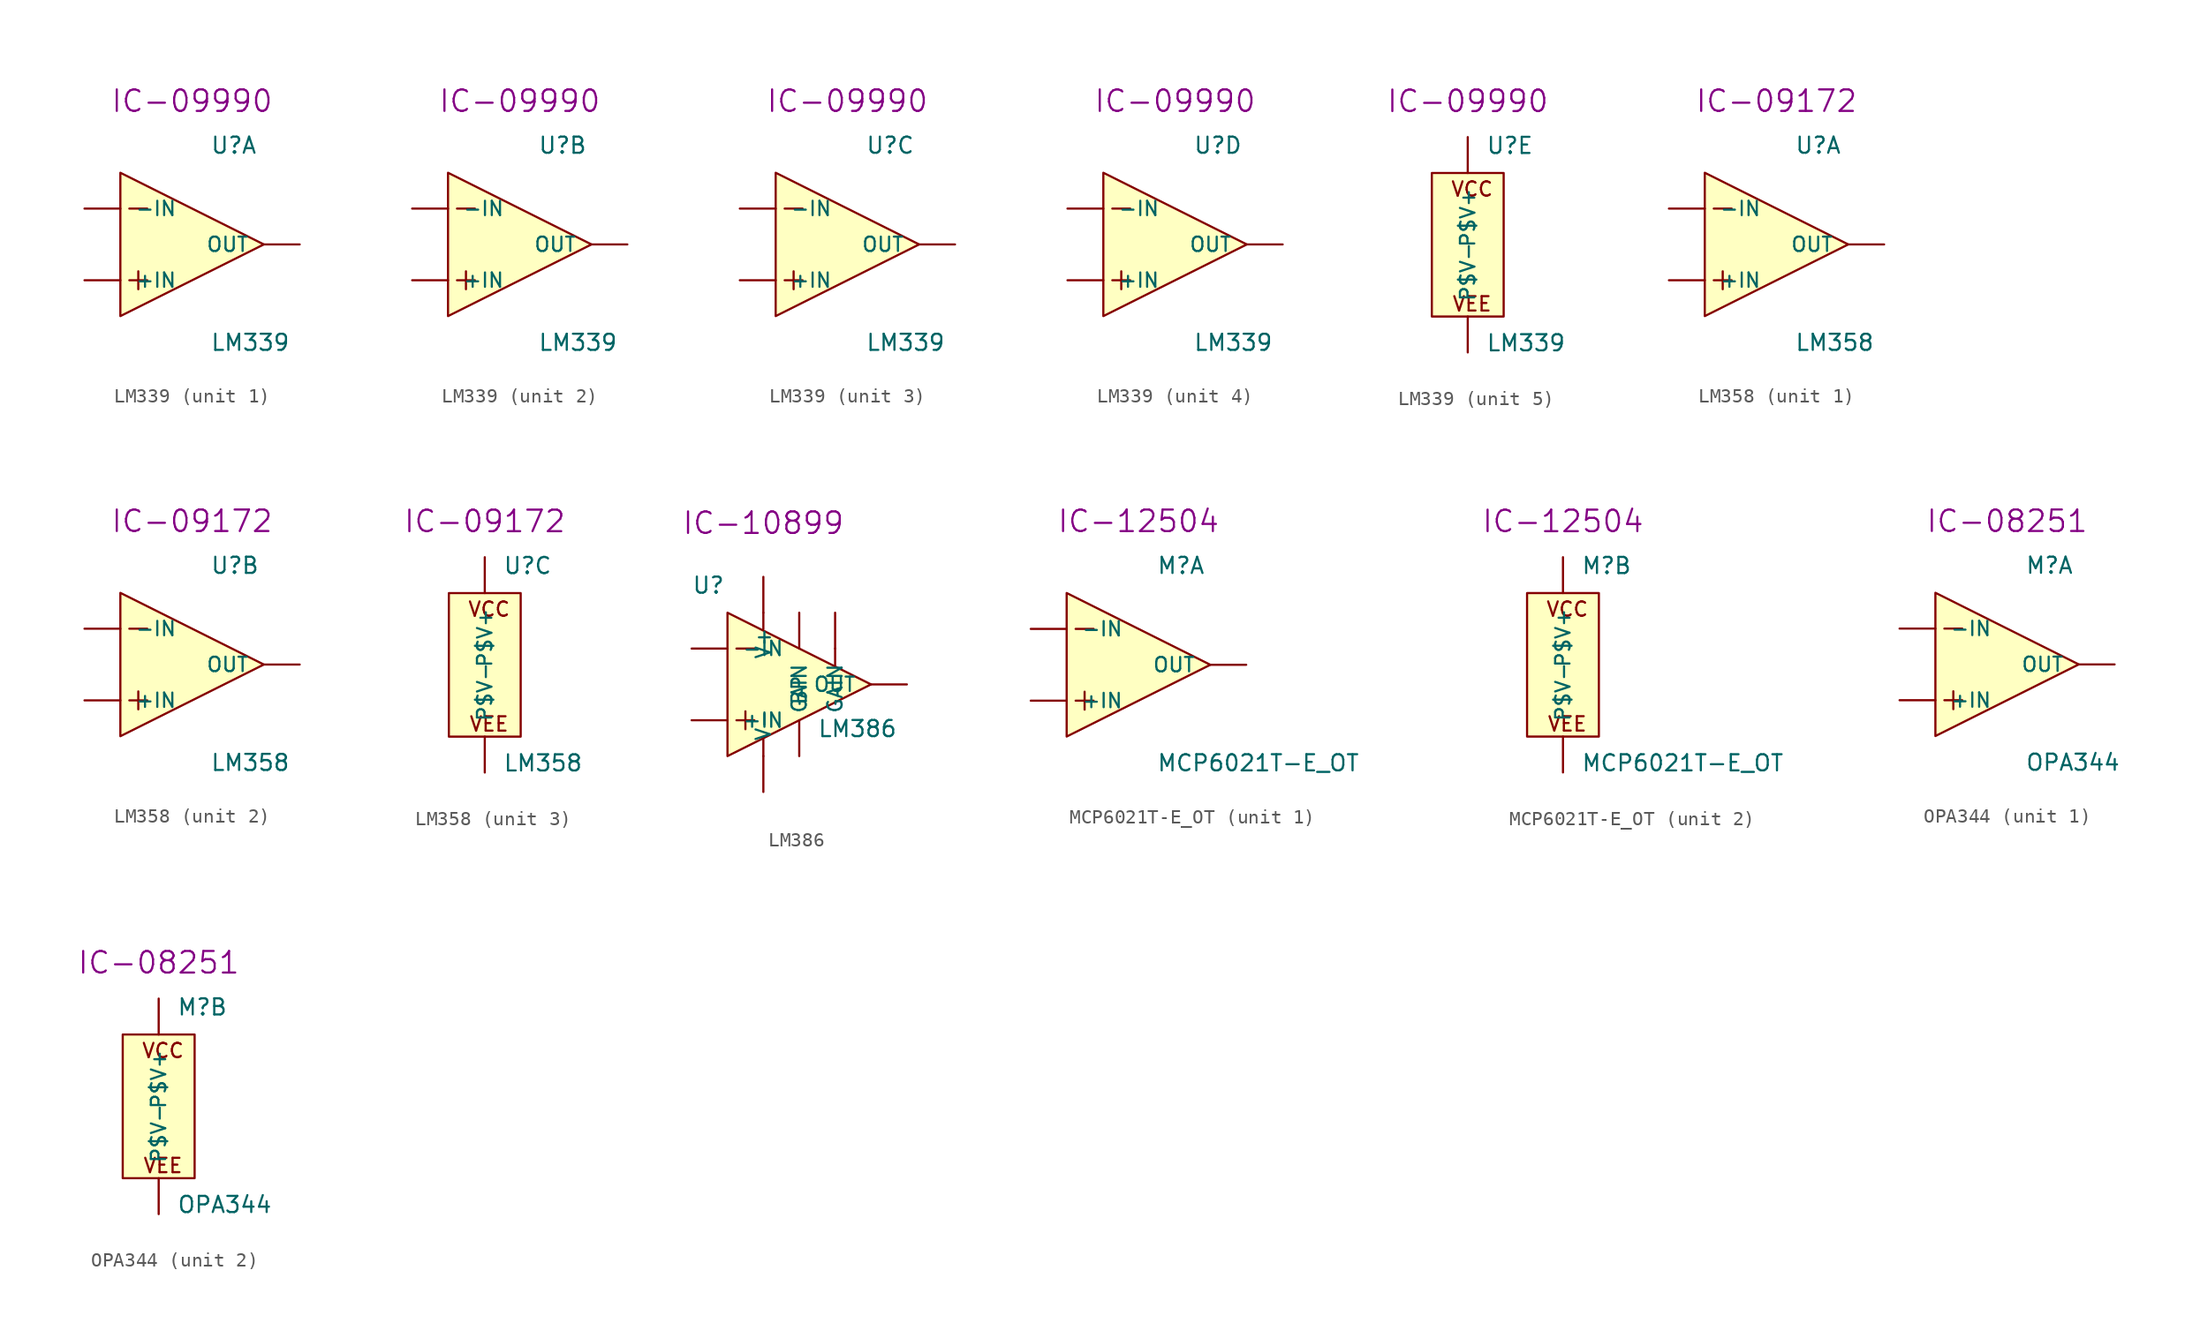
<source format=kicad_sym>
(kicad_symbol_lib
  (version 20220914)
  (generator kicad_symbol_editor)
  (symbol "LM339"
    (pin_numbers hide)
    (pin_names
      (offset 1.016))
    (property "Reference" "U"
      (at 1.27 6.35 0)
      (effects (font (size 1.143 1.143)) (justify left bottom)))
    (property "Value" "LM339"
      (at 1.27 -7.62 0)
      (effects (font (size 1.143 1.143)) (justify left bottom)))
    (property "Field4" "IC-09990"
      (at 0 10.16 0)
      (effects (font (size 1.524 1.524))))
    (property "ki_locked" ""
      (at 0 0 0)
      (effects (font (size 1.27 1.27))))
    (symbol "LM339_1_0"
      (polyline (pts (xy -4.445 -2.54) (xy -3.175 -2.54)) (stroke (width 0) (type solid)) (fill (type none)))
      (polyline (pts (xy -4.445 2.54) (xy -3.175 2.54)) (stroke (width 0) (type solid)) (fill (type none)))
      (polyline (pts (xy -3.81 -1.905) (xy -3.81 -3.175)) (stroke (width 0) (type solid)) (fill (type none))))
    (symbol "LM339_1_1"
      (polyline (pts (xy 5.08 0) (xy -5.08 5.08) (xy -5.08 -5.08) (xy 5.08 0)) (stroke (width 0) (type solid)) (fill (type background)))
      (pin output line (at 7.62 0 180) (length 2.54) (name "OUT" (effects (font (size 1.016 1.016)))) (number "1" (effects (font (size 1.016 1.016)))))
      (pin input line (at -7.62 2.54 0) (length 2.54) (name "-IN" (effects (font (size 1.016 1.016)))) (number "6" (effects (font (size 1.016 1.016)))))
      (pin input line (at -7.62 -2.54 0) (length 2.54) (name "+IN" (effects (font (size 1.016 1.016)))) (number "7" (effects (font (size 1.016 1.016))))))
    (symbol "LM339_2_0"
      (polyline (pts (xy -4.445 -2.54) (xy -3.175 -2.54)) (stroke (width 0) (type solid)) (fill (type none)))
      (polyline (pts (xy -4.445 2.54) (xy -3.175 2.54)) (stroke (width 0) (type solid)) (fill (type none)))
      (polyline (pts (xy -3.81 -1.905) (xy -3.81 -3.175)) (stroke (width 0) (type solid)) (fill (type none))))
    (symbol "LM339_2_1"
      (polyline (pts (xy 5.08 0) (xy -5.08 5.08) (xy -5.08 -5.08) (xy 5.08 0)) (stroke (width 0) (type solid)) (fill (type background)))
      (pin output line (at 7.62 0 180) (length 2.54) (name "OUT" (effects (font (size 1.016 1.016)))) (number "2" (effects (font (size 1.016 1.016)))))
      (pin input line (at -7.62 2.54 0) (length 2.54) (name "-IN" (effects (font (size 1.016 1.016)))) (number "4" (effects (font (size 1.016 1.016)))))
      (pin input line (at -7.62 -2.54 0) (length 2.54) (name "+IN" (effects (font (size 1.016 1.016)))) (number "5" (effects (font (size 1.016 1.016))))))
    (symbol "LM339_3_0"
      (polyline (pts (xy -4.445 -2.54) (xy -3.175 -2.54)) (stroke (width 0) (type solid)) (fill (type none)))
      (polyline (pts (xy -4.445 2.54) (xy -3.175 2.54)) (stroke (width 0) (type solid)) (fill (type none)))
      (polyline (pts (xy -3.81 -1.905) (xy -3.81 -3.175)) (stroke (width 0) (type solid)) (fill (type none))))
    (symbol "LM339_3_1"
      (polyline (pts (xy 5.08 0) (xy -5.08 5.08) (xy -5.08 -5.08) (xy 5.08 0)) (stroke (width 0) (type solid)) (fill (type background)))
      (pin output line (at 7.62 0 180) (length 2.54) (name "OUT" (effects (font (size 1.016 1.016)))) (number "14" (effects (font (size 1.016 1.016)))))
      (pin input line (at -7.62 2.54 0) (length 2.54) (name "-IN" (effects (font (size 1.016 1.016)))) (number "8" (effects (font (size 1.016 1.016)))))
      (pin input line (at -7.62 -2.54 0) (length 2.54) (name "+IN" (effects (font (size 1.016 1.016)))) (number "9" (effects (font (size 1.016 1.016))))))
    (symbol "LM339_4_0"
      (polyline (pts (xy -4.445 -2.54) (xy -3.175 -2.54)) (stroke (width 0) (type solid)) (fill (type none)))
      (polyline (pts (xy -4.445 2.54) (xy -3.175 2.54)) (stroke (width 0) (type solid)) (fill (type none)))
      (polyline (pts (xy -3.81 -1.905) (xy -3.81 -3.175)) (stroke (width 0) (type solid)) (fill (type none))))
    (symbol "LM339_4_1"
      (polyline (pts (xy 5.08 0) (xy -5.08 5.08) (xy -5.08 -5.08) (xy 5.08 0)) (stroke (width 0) (type solid)) (fill (type background)))
      (pin input line (at -7.62 2.54 0) (length 2.54) (name "-IN" (effects (font (size 1.016 1.016)))) (number "10" (effects (font (size 1.016 1.016)))))
      (pin input line (at -7.62 -2.54 0) (length 2.54) (name "+IN" (effects (font (size 1.016 1.016)))) (number "11" (effects (font (size 1.016 1.016)))))
      (pin output line (at 7.62 0 180) (length 2.54) (name "OUT" (effects (font (size 1.016 1.016)))) (number "13" (effects (font (size 1.016 1.016))))))
    (symbol "LM339_5_0"
      (text "VCC" (at 0.305 3.937 0) (effects (font (size 1.016 1.016))))
      (text "VEE" (at 0.305 -4.191 0) (effects (font (size 1.016 1.016)))))
    (symbol "LM339_5_1"
      (polyline (pts (xy -2.54 5.08) (xy 2.54 5.08) (xy 2.54 -5.08) (xy -2.54 -5.08) (xy -2.54 5.08)) (stroke (width 0) (type solid)) (fill (type background)))
      (pin bidirectional line (at 0 -7.62 90) (length 2.54) (name "P$V-" (effects (font (size 1.016 1.016)))) (number "12" (effects (font (size 1.016 1.016)))))
      (pin bidirectional line (at 0 7.62 270) (length 2.54) (name "P$V+" (effects (font (size 1.016 1.016)))) (number "3" (effects (font (size 1.016 1.016)))))))
  (symbol "LM358"
    (pin_numbers hide)
    (pin_names
      (offset 1.016))
    (property "Reference" "U"
      (at 1.27 6.35 0)
      (effects (font (size 1.143 1.143)) (justify left bottom)))
    (property "Value" "LM358"
      (at 1.27 -7.62 0)
      (effects (font (size 1.143 1.143)) (justify left bottom)))
    (property "Field4" "IC-09172"
      (at 0 10.16 0)
      (effects (font (size 1.524 1.524))))
    (property "ki_locked" ""
      (at 0 0 0)
      (effects (font (size 1.27 1.27))))
    (symbol "LM358_1_0"
      (polyline (pts (xy -4.445 -2.54) (xy -3.175 -2.54)) (stroke (width 0) (type solid)) (fill (type none)))
      (polyline (pts (xy -4.445 2.54) (xy -3.175 2.54)) (stroke (width 0) (type solid)) (fill (type none)))
      (polyline (pts (xy -3.81 -1.905) (xy -3.81 -3.175)) (stroke (width 0) (type solid)) (fill (type none))))
    (symbol "LM358_1_1"
      (polyline (pts (xy 5.08 0) (xy -5.08 5.08) (xy -5.08 -5.08) (xy 5.08 0)) (stroke (width 0) (type solid)) (fill (type background)))
      (pin output line (at 7.62 0 180) (length 2.54) (name "OUT" (effects (font (size 1.016 1.016)))) (number "1" (effects (font (size 1.016 1.016)))))
      (pin input line (at -7.62 2.54 0) (length 2.54) (name "-IN" (effects (font (size 1.016 1.016)))) (number "2" (effects (font (size 1.016 1.016)))))
      (pin input line (at -7.62 -2.54 0) (length 2.54) (name "+IN" (effects (font (size 1.016 1.016)))) (number "3" (effects (font (size 1.016 1.016))))))
    (symbol "LM358_2_0"
      (polyline (pts (xy -4.445 -2.54) (xy -3.175 -2.54)) (stroke (width 0) (type solid)) (fill (type none)))
      (polyline (pts (xy -4.445 2.54) (xy -3.175 2.54)) (stroke (width 0) (type solid)) (fill (type none)))
      (polyline (pts (xy -3.81 -1.905) (xy -3.81 -3.175)) (stroke (width 0) (type solid)) (fill (type none))))
    (symbol "LM358_2_1"
      (polyline (pts (xy 5.08 0) (xy -5.08 5.08) (xy -5.08 -5.08) (xy 5.08 0)) (stroke (width 0) (type solid)) (fill (type background)))
      (pin input line (at -7.62 -2.54 0) (length 2.54) (name "+IN" (effects (font (size 1.016 1.016)))) (number "5" (effects (font (size 1.016 1.016)))))
      (pin input line (at -7.62 2.54 0) (length 2.54) (name "-IN" (effects (font (size 1.016 1.016)))) (number "6" (effects (font (size 1.016 1.016)))))
      (pin output line (at 7.62 0 180) (length 2.54) (name "OUT" (effects (font (size 1.016 1.016)))) (number "7" (effects (font (size 1.016 1.016))))))
    (symbol "LM358_3_0"
      (text "VCC" (at 0.305 3.937 0) (effects (font (size 1.016 1.016))))
      (text "VEE" (at 0.305 -4.191 0) (effects (font (size 1.016 1.016)))))
    (symbol "LM358_3_1"
      (polyline (pts (xy -2.54 5.08) (xy 2.54 5.08) (xy 2.54 -5.08) (xy -2.54 -5.08) (xy -2.54 5.08)) (stroke (width 0) (type solid)) (fill (type background)))
      (pin bidirectional line (at 0 -7.62 90) (length 2.54) (name "P$V-" (effects (font (size 1.016 1.016)))) (number "4" (effects (font (size 1.016 1.016)))))
      (pin bidirectional line (at 0 7.62 270) (length 2.54) (name "P$V+" (effects (font (size 1.016 1.016)))) (number "8" (effects (font (size 1.016 1.016)))))))
  (symbol "LM386"
    (pin_numbers hide)
    (pin_names
      (offset 1.016))
    (property "Reference" "U"
      (at -5.08 6.35 0)
      (effects (font (size 1.143 1.143)) (justify left bottom)))
    (property "Value" "LM386"
      (at 3.81 -3.81 0)
      (effects (font (size 1.143 1.143)) (justify left bottom)))
    (property "Field4" "IC-10899"
      (at 0 11.43 0)
      (effects (font (size 1.524 1.524))))
    (property "ki_locked" ""
      (at 0 0 0)
      (effects (font (size 1.27 1.27))))
    (symbol "LM386_1_0"
      (polyline (pts (xy -1.905 -2.54) (xy -0.635 -2.54)) (stroke (width 0) (type solid)) (fill (type none)))
      (polyline (pts (xy -1.905 2.54) (xy -0.635 2.54)) (stroke (width 0) (type solid)) (fill (type none)))
      (polyline (pts (xy -1.27 -3.175) (xy -1.27 -1.905)) (stroke (width 0) (type solid)) (fill (type none)))
      (polyline (pts (xy 0 -5.08) (xy 0 -3.886)) (stroke (width 0) (type solid)) (fill (type none)))
      (polyline (pts (xy 0 3.912) (xy 0 5.08)) (stroke (width 0) (type solid)) (fill (type none)))
      (polyline (pts (xy 5.08 1.27) (xy 5.08 2.54)) (stroke (width 0) (type solid)) (fill (type none))))
    (symbol "LM386_1_1"
      (polyline (pts (xy 7.62 0) (xy -2.54 -5.08) (xy -2.54 5.08) (xy 5.08 1.27) (xy 7.62 0)) (stroke (width 0) (type solid)) (fill (type background)))
      (pin bidirectional line (at 2.54 5.08 270) (length 2.54) (name "GAIN" (effects (font (size 1.016 1.016)))) (number "1" (effects (font (size 1.016 1.016)))))
      (pin input line (at -5.08 2.54 0) (length 2.54) (name "-IN" (effects (font (size 1.016 1.016)))) (number "2" (effects (font (size 1.016 1.016)))))
      (pin input line (at -5.08 -2.54 0) (length 2.54) (name "+IN" (effects (font (size 1.016 1.016)))) (number "3" (effects (font (size 1.016 1.016)))))
      (pin power_in line (at 0 -7.62 90) (length 2.54) (name "V-" (effects (font (size 1.016 1.016)))) (number "4" (effects (font (size 1.016 1.016)))))
      (pin output line (at 10.16 0 180) (length 2.54) (name "OUT" (effects (font (size 1.016 1.016)))) (number "5" (effects (font (size 1.016 1.016)))))
      (pin power_in line (at 0 7.62 270) (length 2.54) (name "V+" (effects (font (size 1.016 1.016)))) (number "6" (effects (font (size 1.016 1.016)))))
      (pin bidirectional line (at 2.54 -5.08 90) (length 2.54) (name "BP" (effects (font (size 1.016 1.016)))) (number "7" (effects (font (size 1.016 1.016)))))
      (pin bidirectional line (at 5.08 5.08 270) (length 2.54) (name "GAIN" (effects (font (size 1.016 1.016)))) (number "8" (effects (font (size 1.016 1.016)))))))
  (symbol "MCP6021T-E_OT"
    (pin_numbers hide)
    (pin_names
      (offset 1.016))
    (property "Reference" "M"
      (at 1.27 6.35 0)
      (effects (font (size 1.143 1.143)) (justify left bottom)))
    (property "Value" "MCP6021T-E_OT"
      (at 1.27 -7.62 0)
      (effects (font (size 1.143 1.143)) (justify left bottom)))
    (property "Field4" "IC-12504"
      (at 0 10.16 0)
      (effects (font (size 1.524 1.524))))
    (property "ki_locked" ""
      (at 0 0 0)
      (effects (font (size 1.27 1.27))))
    (symbol "MCP6021T-E_OT_1_0"
      (polyline (pts (xy -4.445 -2.54) (xy -3.175 -2.54)) (stroke (width 0) (type solid)) (fill (type none)))
      (polyline (pts (xy -4.445 2.54) (xy -3.175 2.54)) (stroke (width 0) (type solid)) (fill (type none)))
      (polyline (pts (xy -3.81 -1.905) (xy -3.81 -3.175)) (stroke (width 0) (type solid)) (fill (type none))))
    (symbol "MCP6021T-E_OT_1_1"
      (polyline (pts (xy 5.08 0) (xy -5.08 5.08) (xy -5.08 -5.08) (xy 5.08 0)) (stroke (width 0) (type solid)) (fill (type background)))
      (pin output line (at 7.62 0 180) (length 2.54) (name "OUT" (effects (font (size 1.016 1.016)))) (number "1" (effects (font (size 1.016 1.016)))))
      (pin input line (at -7.62 -2.54 0) (length 2.54) (name "+IN" (effects (font (size 1.016 1.016)))) (number "3" (effects (font (size 1.016 1.016)))))
      (pin input line (at -7.62 2.54 0) (length 2.54) (name "-IN" (effects (font (size 1.016 1.016)))) (number "4" (effects (font (size 1.016 1.016))))))
    (symbol "MCP6021T-E_OT_2_0"
      (text "VCC" (at 0.305 3.937 0) (effects (font (size 1.016 1.016))))
      (text "VEE" (at 0.305 -4.191 0) (effects (font (size 1.016 1.016)))))
    (symbol "MCP6021T-E_OT_2_1"
      (polyline (pts (xy -2.54 5.08) (xy 2.54 5.08) (xy 2.54 -5.08) (xy -2.54 -5.08) (xy -2.54 5.08)) (stroke (width 0) (type solid)) (fill (type background)))
      (pin bidirectional line (at 0 -7.62 90) (length 2.54) (name "P$V-" (effects (font (size 1.016 1.016)))) (number "2" (effects (font (size 1.016 1.016)))))
      (pin bidirectional line (at 0 7.62 270) (length 2.54) (name "P$V+" (effects (font (size 1.016 1.016)))) (number "5" (effects (font (size 1.016 1.016)))))))
  (symbol "OPA344"
    (pin_numbers hide)
    (pin_names
      (offset 1.016))
    (property "Reference" "M"
      (at 1.27 6.35 0)
      (effects (font (size 1.143 1.143)) (justify left bottom)))
    (property "Value" "OPA344"
      (at 1.27 -7.62 0)
      (effects (font (size 1.143 1.143)) (justify left bottom)))
    (property "Field4" "IC-08251"
      (at 0 10.16 0)
      (effects (font (size 1.524 1.524))))
    (property "ki_locked" ""
      (at 0 0 0)
      (effects (font (size 1.27 1.27))))
    (symbol "OPA344_1_0"
      (polyline (pts (xy -4.445 -2.54) (xy -3.175 -2.54)) (stroke (width 0) (type solid)) (fill (type none)))
      (polyline (pts (xy -4.445 2.54) (xy -3.175 2.54)) (stroke (width 0) (type solid)) (fill (type none)))
      (polyline (pts (xy -3.81 -1.905) (xy -3.81 -3.175)) (stroke (width 0) (type solid)) (fill (type none))))
    (symbol "OPA344_1_1"
      (polyline (pts (xy 5.08 0) (xy -5.08 5.08) (xy -5.08 -5.08) (xy 5.08 0)) (stroke (width 0) (type solid)) (fill (type background)))
      (pin output line (at 7.62 0 180) (length 2.54) (name "OUT" (effects (font (size 1.016 1.016)))) (number "1" (effects (font (size 1.016 1.016)))))
      (pin input line (at -7.62 -2.54 0) (length 2.54) (name "+IN" (effects (font (size 1.016 1.016)))) (number "3" (effects (font (size 1.016 1.016)))))
      (pin input line (at -7.62 2.54 0) (length 2.54) (name "-IN" (effects (font (size 1.016 1.016)))) (number "4" (effects (font (size 1.016 1.016))))))
    (symbol "OPA344_2_0"
      (text "VCC" (at 0.305 3.937 0) (effects (font (size 1.016 1.016))))
      (text "VEE" (at 0.305 -4.191 0) (effects (font (size 1.016 1.016)))))
    (symbol "OPA344_2_1"
      (polyline (pts (xy -2.54 5.08) (xy 2.54 5.08) (xy 2.54 -5.08) (xy -2.54 -5.08) (xy -2.54 5.08)) (stroke (width 0) (type solid)) (fill (type background)))
      (pin bidirectional line (at 0 -7.62 90) (length 2.54) (name "P$V-" (effects (font (size 1.016 1.016)))) (number "2" (effects (font (size 1.016 1.016)))))
      (pin bidirectional line (at 0 7.62 270) (length 2.54) (name "P$V+" (effects (font (size 1.016 1.016)))) (number "5" (effects (font (size 1.016 1.016))))))))
</source>
